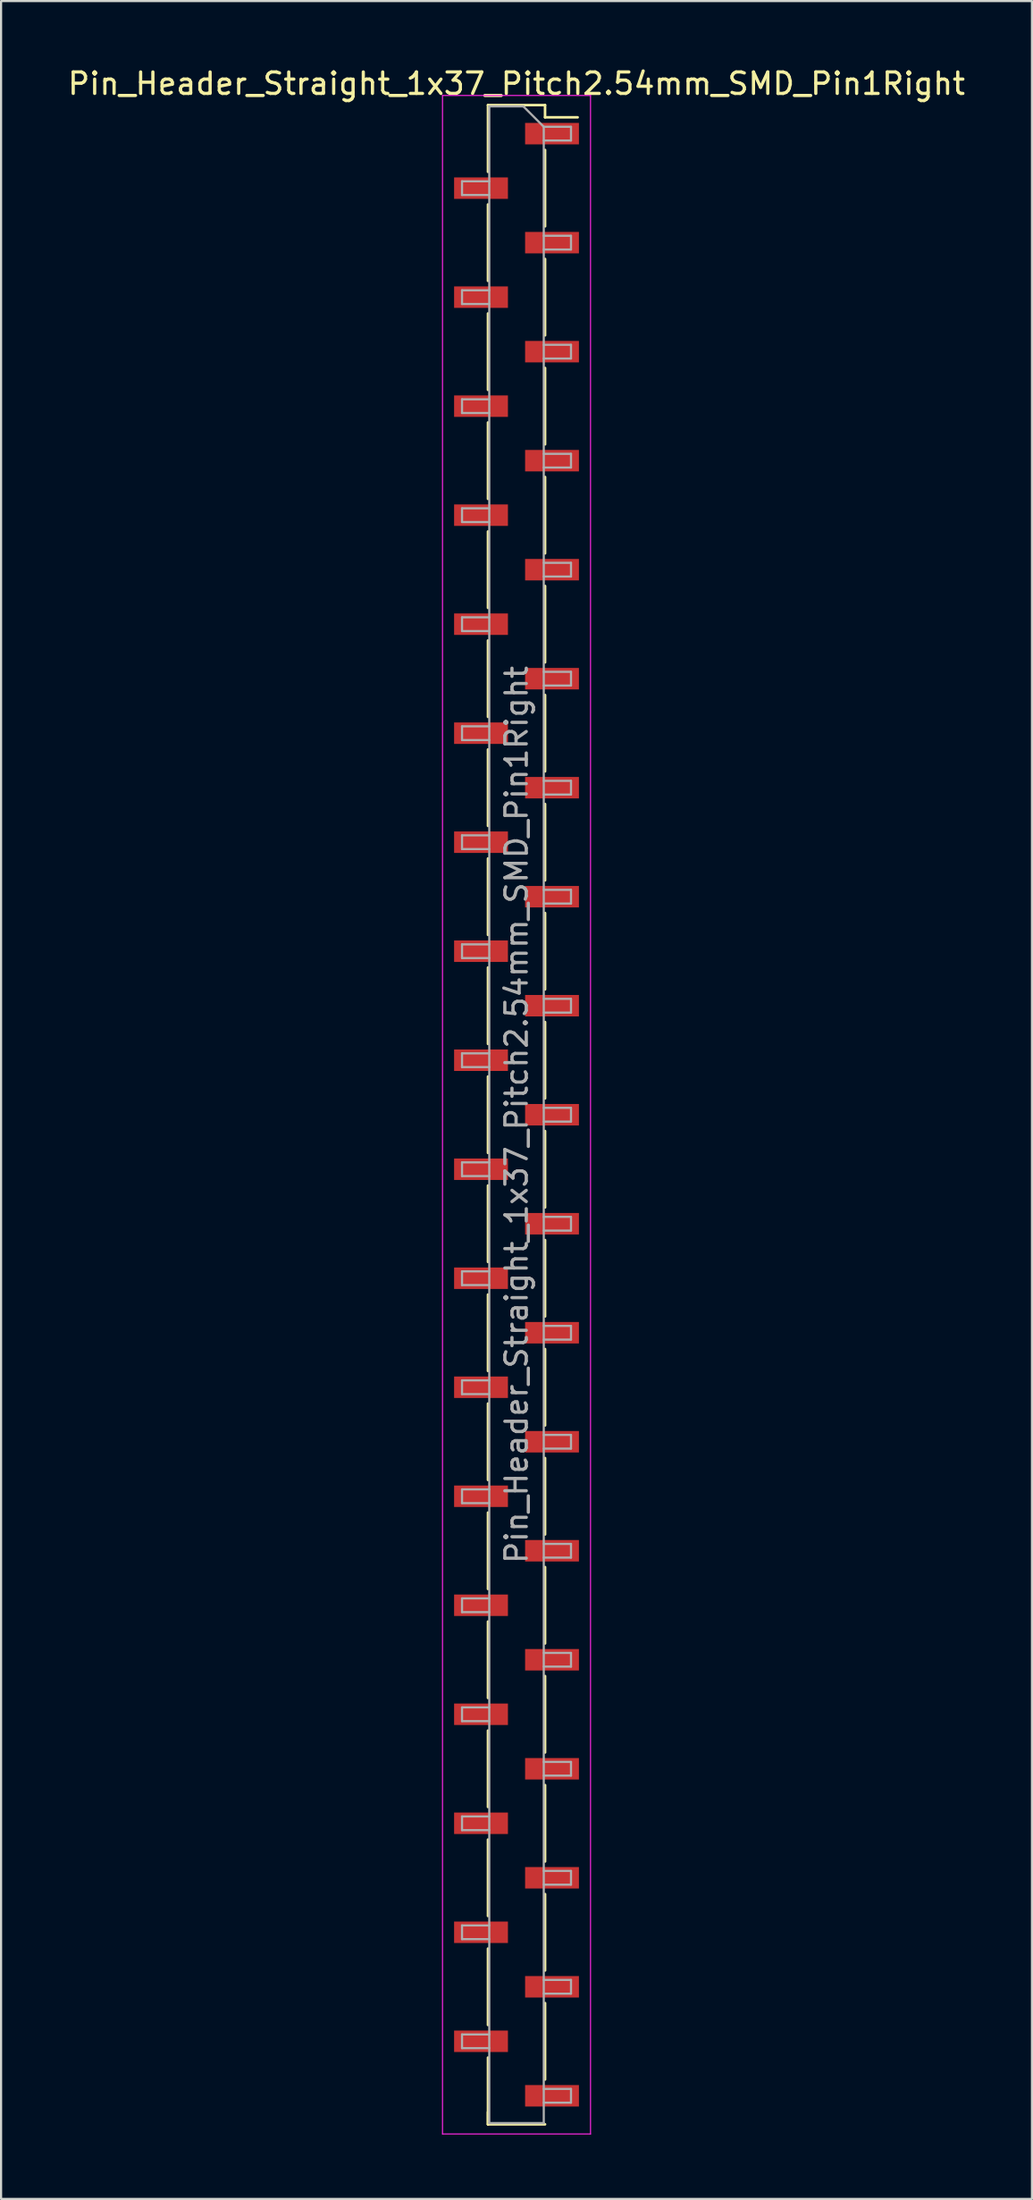
<source format=kicad_pcb>
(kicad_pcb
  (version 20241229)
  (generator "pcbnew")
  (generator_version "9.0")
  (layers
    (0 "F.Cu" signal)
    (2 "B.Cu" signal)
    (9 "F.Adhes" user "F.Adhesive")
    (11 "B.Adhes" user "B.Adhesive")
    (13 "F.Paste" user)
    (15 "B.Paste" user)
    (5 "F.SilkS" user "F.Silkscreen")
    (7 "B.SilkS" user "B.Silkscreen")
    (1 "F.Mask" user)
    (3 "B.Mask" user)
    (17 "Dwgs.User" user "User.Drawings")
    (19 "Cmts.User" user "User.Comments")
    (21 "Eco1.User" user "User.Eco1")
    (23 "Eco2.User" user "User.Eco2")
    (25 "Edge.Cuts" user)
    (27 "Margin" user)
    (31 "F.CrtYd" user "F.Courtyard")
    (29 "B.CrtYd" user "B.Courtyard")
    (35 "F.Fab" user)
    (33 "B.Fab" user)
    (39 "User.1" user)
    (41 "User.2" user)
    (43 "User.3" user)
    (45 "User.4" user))
  (footprint "Pin_Header_Straight_1x37_Pitch2.54mm_SMD_Pin1Right"
    (layer "F.Cu")
    (at 21.03 48.898)
    (property "Reference" "Pin_Header_Straight_1x37_Pitch2.54mm_SMD_Pin1Right" (at 0 -48.05 0) (layer "F.SilkS") (effects (font (size 1 1) (thickness 0.15))))
    (attr smd)
    (fp_line (start -1.33 -47.05) (end -1.33 -43.94) (stroke (width 0.12) (type solid)) (layer "F.SilkS"))
    (fp_line (start -1.33 -47.05) (end 1.33 -47.05) (stroke (width 0.12) (type solid)) (layer "F.SilkS"))
    (fp_line (start -1.33 -42.42) (end -1.33 -38.86) (stroke (width 0.12) (type solid)) (layer "F.SilkS"))
    (fp_line (start -1.33 -37.34) (end -1.33 -33.78) (stroke (width 0.12) (type solid)) (layer "F.SilkS"))
    (fp_line (start -1.33 -32.26) (end -1.33 -28.7) (stroke (width 0.12) (type solid)) (layer "F.SilkS"))
    (fp_line (start -1.33 -27.18) (end -1.33 -23.62) (stroke (width 0.12) (type solid)) (layer "F.SilkS"))
    (fp_line (start -1.33 -22.1) (end -1.33 -18.54) (stroke (width 0.12) (type solid)) (layer "F.SilkS"))
    (fp_line (start -1.33 -17.02) (end -1.33 -13.46) (stroke (width 0.12) (type solid)) (layer "F.SilkS"))
    (fp_line (start -1.33 -11.94) (end -1.33 -8.38) (stroke (width 0.12) (type solid)) (layer "F.SilkS"))
    (fp_line (start -1.33 -6.86) (end -1.33 -3.3) (stroke (width 0.12) (type solid)) (layer "F.SilkS"))
    (fp_line (start -1.33 -1.78) (end -1.33 1.78) (stroke (width 0.12) (type solid)) (layer "F.SilkS"))
    (fp_line (start -1.33 3.3) (end -1.33 6.86) (stroke (width 0.12) (type solid)) (layer "F.SilkS"))
    (fp_line (start -1.33 8.38) (end -1.33 11.94) (stroke (width 0.12) (type solid)) (layer "F.SilkS"))
    (fp_line (start -1.33 13.46) (end -1.33 17.02) (stroke (width 0.12) (type solid)) (layer "F.SilkS"))
    (fp_line (start -1.33 18.54) (end -1.33 22.1) (stroke (width 0.12) (type solid)) (layer "F.SilkS"))
    (fp_line (start -1.33 23.62) (end -1.33 27.18) (stroke (width 0.12) (type solid)) (layer "F.SilkS"))
    (fp_line (start -1.33 28.7) (end -1.33 32.26) (stroke (width 0.12) (type solid)) (layer "F.SilkS"))
    (fp_line (start -1.33 33.78) (end -1.33 37.34) (stroke (width 0.12) (type solid)) (layer "F.SilkS"))
    (fp_line (start -1.33 38.86) (end -1.33 42.42) (stroke (width 0.12) (type solid)) (layer "F.SilkS"))
    (fp_line (start -1.33 43.94) (end -1.33 47.05) (stroke (width 0.12) (type solid)) (layer "F.SilkS"))
    (fp_line (start -1.33 46.48) (end -1.33 47.05) (stroke (width 0.12) (type solid)) (layer "F.SilkS"))
    (fp_line (start -1.33 47.05) (end 1.33 47.05) (stroke (width 0.12) (type solid)) (layer "F.SilkS"))
    (fp_line (start 1.33 -47.05) (end 1.33 -46.48) (stroke (width 0.12) (type solid)) (layer "F.SilkS"))
    (fp_line (start 1.33 -46.48) (end 2.85 -46.48) (stroke (width 0.12) (type solid)) (layer "F.SilkS"))
    (fp_line (start 1.33 -44.96) (end 1.33 -41.4) (stroke (width 0.12) (type solid)) (layer "F.SilkS"))
    (fp_line (start 1.33 -39.88) (end 1.33 -36.32) (stroke (width 0.12) (type solid)) (layer "F.SilkS"))
    (fp_line (start 1.33 -34.8) (end 1.33 -31.24) (stroke (width 0.12) (type solid)) (layer "F.SilkS"))
    (fp_line (start 1.33 -29.72) (end 1.33 -26.16) (stroke (width 0.12) (type solid)) (layer "F.SilkS"))
    (fp_line (start 1.33 -24.64) (end 1.33 -21.08) (stroke (width 0.12) (type solid)) (layer "F.SilkS"))
    (fp_line (start 1.33 -19.56) (end 1.33 -16) (stroke (width 0.12) (type solid)) (layer "F.SilkS"))
    (fp_line (start 1.33 -14.48) (end 1.33 -10.92) (stroke (width 0.12) (type solid)) (layer "F.SilkS"))
    (fp_line (start 1.33 -9.4) (end 1.33 -5.84) (stroke (width 0.12) (type solid)) (layer "F.SilkS"))
    (fp_line (start 1.33 -4.32) (end 1.33 -0.76) (stroke (width 0.12) (type solid)) (layer "F.SilkS"))
    (fp_line (start 1.33 0.76) (end 1.33 4.32) (stroke (width 0.12) (type solid)) (layer "F.SilkS"))
    (fp_line (start 1.33 5.84) (end 1.33 9.4) (stroke (width 0.12) (type solid)) (layer "F.SilkS"))
    (fp_line (start 1.33 10.92) (end 1.33 14.48) (stroke (width 0.12) (type solid)) (layer "F.SilkS"))
    (fp_line (start 1.33 16) (end 1.33 19.56) (stroke (width 0.12) (type solid)) (layer "F.SilkS"))
    (fp_line (start 1.33 21.08) (end 1.33 24.64) (stroke (width 0.12) (type solid)) (layer "F.SilkS"))
    (fp_line (start 1.33 26.16) (end 1.33 29.72) (stroke (width 0.12) (type solid)) (layer "F.SilkS"))
    (fp_line (start 1.33 31.24) (end 1.33 34.8) (stroke (width 0.12) (type solid)) (layer "F.SilkS"))
    (fp_line (start 1.33 36.32) (end 1.33 39.88) (stroke (width 0.12) (type solid)) (layer "F.SilkS"))
    (fp_line (start 1.33 41.4) (end 1.33 44.96) (stroke (width 0.12) (type solid)) (layer "F.SilkS"))
    (fp_line (start -3.45 -47.5) (end -3.45 47.5) (stroke (width 0.05) (type solid)) (layer "F.CrtYd"))
    (fp_line (start -3.45 47.5) (end 3.45 47.5) (stroke (width 0.05) (type solid)) (layer "F.CrtYd"))
    (fp_line (start 3.45 -47.5) (end -3.45 -47.5) (stroke (width 0.05) (type solid)) (layer "F.CrtYd"))
    (fp_line (start 3.45 47.5) (end 3.45 -47.5) (stroke (width 0.05) (type solid)) (layer "F.CrtYd"))
    (fp_line (start -2.54 -43.5) (end -2.54 -42.86) (stroke (width 0.1) (type solid)) (layer "F.Fab"))
    (fp_line (start -2.54 -42.86) (end -1.27 -42.86) (stroke (width 0.1) (type solid)) (layer "F.Fab"))
    (fp_line (start -2.54 -38.42) (end -2.54 -37.78) (stroke (width 0.1) (type solid)) (layer "F.Fab"))
    (fp_line (start -2.54 -37.78) (end -1.27 -37.78) (stroke (width 0.1) (type solid)) (layer "F.Fab"))
    (fp_line (start -2.54 -33.34) (end -2.54 -32.7) (stroke (width 0.1) (type solid)) (layer "F.Fab"))
    (fp_line (start -2.54 -32.7) (end -1.27 -32.7) (stroke (width 0.1) (type solid)) (layer "F.Fab"))
    (fp_line (start -2.54 -28.26) (end -2.54 -27.62) (stroke (width 0.1) (type solid)) (layer "F.Fab"))
    (fp_line (start -2.54 -27.62) (end -1.27 -27.62) (stroke (width 0.1) (type solid)) (layer "F.Fab"))
    (fp_line (start -2.54 -23.18) (end -2.54 -22.54) (stroke (width 0.1) (type solid)) (layer "F.Fab"))
    (fp_line (start -2.54 -22.54) (end -1.27 -22.54) (stroke (width 0.1) (type solid)) (layer "F.Fab"))
    (fp_line (start -2.54 -18.1) (end -2.54 -17.46) (stroke (width 0.1) (type solid)) (layer "F.Fab"))
    (fp_line (start -2.54 -17.46) (end -1.27 -17.46) (stroke (width 0.1) (type solid)) (layer "F.Fab"))
    (fp_line (start -2.54 -13.02) (end -2.54 -12.38) (stroke (width 0.1) (type solid)) (layer "F.Fab"))
    (fp_line (start -2.54 -12.38) (end -1.27 -12.38) (stroke (width 0.1) (type solid)) (layer "F.Fab"))
    (fp_line (start -2.54 -7.94) (end -2.54 -7.3) (stroke (width 0.1) (type solid)) (layer "F.Fab"))
    (fp_line (start -2.54 -7.3) (end -1.27 -7.3) (stroke (width 0.1) (type solid)) (layer "F.Fab"))
    (fp_line (start -2.54 -2.86) (end -2.54 -2.22) (stroke (width 0.1) (type solid)) (layer "F.Fab"))
    (fp_line (start -2.54 -2.22) (end -1.27 -2.22) (stroke (width 0.1) (type solid)) (layer "F.Fab"))
    (fp_line (start -2.54 2.22) (end -2.54 2.86) (stroke (width 0.1) (type solid)) (layer "F.Fab"))
    (fp_line (start -2.54 2.86) (end -1.27 2.86) (stroke (width 0.1) (type solid)) (layer "F.Fab"))
    (fp_line (start -2.54 7.3) (end -2.54 7.94) (stroke (width 0.1) (type solid)) (layer "F.Fab"))
    (fp_line (start -2.54 7.94) (end -1.27 7.94) (stroke (width 0.1) (type solid)) (layer "F.Fab"))
    (fp_line (start -2.54 12.38) (end -2.54 13.02) (stroke (width 0.1) (type solid)) (layer "F.Fab"))
    (fp_line (start -2.54 13.02) (end -1.27 13.02) (stroke (width 0.1) (type solid)) (layer "F.Fab"))
    (fp_line (start -2.54 17.46) (end -2.54 18.1) (stroke (width 0.1) (type solid)) (layer "F.Fab"))
    (fp_line (start -2.54 18.1) (end -1.27 18.1) (stroke (width 0.1) (type solid)) (layer "F.Fab"))
    (fp_line (start -2.54 22.54) (end -2.54 23.18) (stroke (width 0.1) (type solid)) (layer "F.Fab"))
    (fp_line (start -2.54 23.18) (end -1.27 23.18) (stroke (width 0.1) (type solid)) (layer "F.Fab"))
    (fp_line (start -2.54 27.62) (end -2.54 28.26) (stroke (width 0.1) (type solid)) (layer "F.Fab"))
    (fp_line (start -2.54 28.26) (end -1.27 28.26) (stroke (width 0.1) (type solid)) (layer "F.Fab"))
    (fp_line (start -2.54 32.7) (end -2.54 33.34) (stroke (width 0.1) (type solid)) (layer "F.Fab"))
    (fp_line (start -2.54 33.34) (end -1.27 33.34) (stroke (width 0.1) (type solid)) (layer "F.Fab"))
    (fp_line (start -2.54 37.78) (end -2.54 38.42) (stroke (width 0.1) (type solid)) (layer "F.Fab"))
    (fp_line (start -2.54 38.42) (end -1.27 38.42) (stroke (width 0.1) (type solid)) (layer "F.Fab"))
    (fp_line (start -2.54 42.86) (end -2.54 43.5) (stroke (width 0.1) (type solid)) (layer "F.Fab"))
    (fp_line (start -2.54 43.5) (end -1.27 43.5) (stroke (width 0.1) (type solid)) (layer "F.Fab"))
    (fp_line (start -1.27 -46.99) (end -1.27 46.99) (stroke (width 0.1) (type solid)) (layer "F.Fab"))
    (fp_line (start -1.27 -46.99) (end 0.32 -46.99) (stroke (width 0.1) (type solid)) (layer "F.Fab"))
    (fp_line (start -1.27 -43.5) (end -2.54 -43.5) (stroke (width 0.1) (type solid)) (layer "F.Fab"))
    (fp_line (start -1.27 -38.42) (end -2.54 -38.42) (stroke (width 0.1) (type solid)) (layer "F.Fab"))
    (fp_line (start -1.27 -33.34) (end -2.54 -33.34) (stroke (width 0.1) (type solid)) (layer "F.Fab"))
    (fp_line (start -1.27 -28.26) (end -2.54 -28.26) (stroke (width 0.1) (type solid)) (layer "F.Fab"))
    (fp_line (start -1.27 -23.18) (end -2.54 -23.18) (stroke (width 0.1) (type solid)) (layer "F.Fab"))
    (fp_line (start -1.27 -18.1) (end -2.54 -18.1) (stroke (width 0.1) (type solid)) (layer "F.Fab"))
    (fp_line (start -1.27 -13.02) (end -2.54 -13.02) (stroke (width 0.1) (type solid)) (layer "F.Fab"))
    (fp_line (start -1.27 -7.94) (end -2.54 -7.94) (stroke (width 0.1) (type solid)) (layer "F.Fab"))
    (fp_line (start -1.27 -2.86) (end -2.54 -2.86) (stroke (width 0.1) (type solid)) (layer "F.Fab"))
    (fp_line (start -1.27 2.22) (end -2.54 2.22) (stroke (width 0.1) (type solid)) (layer "F.Fab"))
    (fp_line (start -1.27 7.3) (end -2.54 7.3) (stroke (width 0.1) (type solid)) (layer "F.Fab"))
    (fp_line (start -1.27 12.38) (end -2.54 12.38) (stroke (width 0.1) (type solid)) (layer "F.Fab"))
    (fp_line (start -1.27 17.46) (end -2.54 17.46) (stroke (width 0.1) (type solid)) (layer "F.Fab"))
    (fp_line (start -1.27 22.54) (end -2.54 22.54) (stroke (width 0.1) (type solid)) (layer "F.Fab"))
    (fp_line (start -1.27 27.62) (end -2.54 27.62) (stroke (width 0.1) (type solid)) (layer "F.Fab"))
    (fp_line (start -1.27 32.7) (end -2.54 32.7) (stroke (width 0.1) (type solid)) (layer "F.Fab"))
    (fp_line (start -1.27 37.78) (end -2.54 37.78) (stroke (width 0.1) (type solid)) (layer "F.Fab"))
    (fp_line (start -1.27 42.86) (end -2.54 42.86) (stroke (width 0.1) (type solid)) (layer "F.Fab"))
    (fp_line (start 1.27 -46.04) (end 0.32 -46.99) (stroke (width 0.1) (type solid)) (layer "F.Fab"))
    (fp_line (start 1.27 -46.04) (end 2.54 -46.04) (stroke (width 0.1) (type solid)) (layer "F.Fab"))
    (fp_line (start 1.27 -40.96) (end 2.54 -40.96) (stroke (width 0.1) (type solid)) (layer "F.Fab"))
    (fp_line (start 1.27 -35.88) (end 2.54 -35.88) (stroke (width 0.1) (type solid)) (layer "F.Fab"))
    (fp_line (start 1.27 -30.8) (end 2.54 -30.8) (stroke (width 0.1) (type solid)) (layer "F.Fab"))
    (fp_line (start 1.27 -25.72) (end 2.54 -25.72) (stroke (width 0.1) (type solid)) (layer "F.Fab"))
    (fp_line (start 1.27 -20.64) (end 2.54 -20.64) (stroke (width 0.1) (type solid)) (layer "F.Fab"))
    (fp_line (start 1.27 -15.56) (end 2.54 -15.56) (stroke (width 0.1) (type solid)) (layer "F.Fab"))
    (fp_line (start 1.27 -10.48) (end 2.54 -10.48) (stroke (width 0.1) (type solid)) (layer "F.Fab"))
    (fp_line (start 1.27 -5.4) (end 2.54 -5.4) (stroke (width 0.1) (type solid)) (layer "F.Fab"))
    (fp_line (start 1.27 -0.32) (end 2.54 -0.32) (stroke (width 0.1) (type solid)) (layer "F.Fab"))
    (fp_line (start 1.27 4.76) (end 2.54 4.76) (stroke (width 0.1) (type solid)) (layer "F.Fab"))
    (fp_line (start 1.27 9.84) (end 2.54 9.84) (stroke (width 0.1) (type solid)) (layer "F.Fab"))
    (fp_line (start 1.27 14.92) (end 2.54 14.92) (stroke (width 0.1) (type solid)) (layer "F.Fab"))
    (fp_line (start 1.27 20) (end 2.54 20) (stroke (width 0.1) (type solid)) (layer "F.Fab"))
    (fp_line (start 1.27 25.08) (end 2.54 25.08) (stroke (width 0.1) (type solid)) (layer "F.Fab"))
    (fp_line (start 1.27 30.16) (end 2.54 30.16) (stroke (width 0.1) (type solid)) (layer "F.Fab"))
    (fp_line (start 1.27 35.24) (end 2.54 35.24) (stroke (width 0.1) (type solid)) (layer "F.Fab"))
    (fp_line (start 1.27 40.32) (end 2.54 40.32) (stroke (width 0.1) (type solid)) (layer "F.Fab"))
    (fp_line (start 1.27 45.4) (end 2.54 45.4) (stroke (width 0.1) (type solid)) (layer "F.Fab"))
    (fp_line (start 1.27 46.99) (end -1.27 46.99) (stroke (width 0.1) (type solid)) (layer "F.Fab"))
    (fp_line (start 1.27 46.99) (end 1.27 -46.04) (stroke (width 0.1) (type solid)) (layer "F.Fab"))
    (fp_line (start 2.54 -46.04) (end 2.54 -45.4) (stroke (width 0.1) (type solid)) (layer "F.Fab"))
    (fp_line (start 2.54 -45.4) (end 1.27 -45.4) (stroke (width 0.1) (type solid)) (layer "F.Fab"))
    (fp_line (start 2.54 -40.96) (end 2.54 -40.32) (stroke (width 0.1) (type solid)) (layer "F.Fab"))
    (fp_line (start 2.54 -40.32) (end 1.27 -40.32) (stroke (width 0.1) (type solid)) (layer "F.Fab"))
    (fp_line (start 2.54 -35.88) (end 2.54 -35.24) (stroke (width 0.1) (type solid)) (layer "F.Fab"))
    (fp_line (start 2.54 -35.24) (end 1.27 -35.24) (stroke (width 0.1) (type solid)) (layer "F.Fab"))
    (fp_line (start 2.54 -30.8) (end 2.54 -30.16) (stroke (width 0.1) (type solid)) (layer "F.Fab"))
    (fp_line (start 2.54 -30.16) (end 1.27 -30.16) (stroke (width 0.1) (type solid)) (layer "F.Fab"))
    (fp_line (start 2.54 -25.72) (end 2.54 -25.08) (stroke (width 0.1) (type solid)) (layer "F.Fab"))
    (fp_line (start 2.54 -25.08) (end 1.27 -25.08) (stroke (width 0.1) (type solid)) (layer "F.Fab"))
    (fp_line (start 2.54 -20.64) (end 2.54 -20) (stroke (width 0.1) (type solid)) (layer "F.Fab"))
    (fp_line (start 2.54 -20) (end 1.27 -20) (stroke (width 0.1) (type solid)) (layer "F.Fab"))
    (fp_line (start 2.54 -15.56) (end 2.54 -14.92) (stroke (width 0.1) (type solid)) (layer "F.Fab"))
    (fp_line (start 2.54 -14.92) (end 1.27 -14.92) (stroke (width 0.1) (type solid)) (layer "F.Fab"))
    (fp_line (start 2.54 -10.48) (end 2.54 -9.84) (stroke (width 0.1) (type solid)) (layer "F.Fab"))
    (fp_line (start 2.54 -9.84) (end 1.27 -9.84) (stroke (width 0.1) (type solid)) (layer "F.Fab"))
    (fp_line (start 2.54 -5.4) (end 2.54 -4.76) (stroke (width 0.1) (type solid)) (layer "F.Fab"))
    (fp_line (start 2.54 -4.76) (end 1.27 -4.76) (stroke (width 0.1) (type solid)) (layer "F.Fab"))
    (fp_line (start 2.54 -0.32) (end 2.54 0.32) (stroke (width 0.1) (type solid)) (layer "F.Fab"))
    (fp_line (start 2.54 0.32) (end 1.27 0.32) (stroke (width 0.1) (type solid)) (layer "F.Fab"))
    (fp_line (start 2.54 4.76) (end 2.54 5.4) (stroke (width 0.1) (type solid)) (layer "F.Fab"))
    (fp_line (start 2.54 5.4) (end 1.27 5.4) (stroke (width 0.1) (type solid)) (layer "F.Fab"))
    (fp_line (start 2.54 9.84) (end 2.54 10.48) (stroke (width 0.1) (type solid)) (layer "F.Fab"))
    (fp_line (start 2.54 10.48) (end 1.27 10.48) (stroke (width 0.1) (type solid)) (layer "F.Fab"))
    (fp_line (start 2.54 14.92) (end 2.54 15.56) (stroke (width 0.1) (type solid)) (layer "F.Fab"))
    (fp_line (start 2.54 15.56) (end 1.27 15.56) (stroke (width 0.1) (type solid)) (layer "F.Fab"))
    (fp_line (start 2.54 20) (end 2.54 20.64) (stroke (width 0.1) (type solid)) (layer "F.Fab"))
    (fp_line (start 2.54 20.64) (end 1.27 20.64) (stroke (width 0.1) (type solid)) (layer "F.Fab"))
    (fp_line (start 2.54 25.08) (end 2.54 25.72) (stroke (width 0.1) (type solid)) (layer "F.Fab"))
    (fp_line (start 2.54 25.72) (end 1.27 25.72) (stroke (width 0.1) (type solid)) (layer "F.Fab"))
    (fp_line (start 2.54 30.16) (end 2.54 30.8) (stroke (width 0.1) (type solid)) (layer "F.Fab"))
    (fp_line (start 2.54 30.8) (end 1.27 30.8) (stroke (width 0.1) (type solid)) (layer "F.Fab"))
    (fp_line (start 2.54 35.24) (end 2.54 35.88) (stroke (width 0.1) (type solid)) (layer "F.Fab"))
    (fp_line (start 2.54 35.88) (end 1.27 35.88) (stroke (width 0.1) (type solid)) (layer "F.Fab"))
    (fp_line (start 2.54 40.32) (end 2.54 40.96) (stroke (width 0.1) (type solid)) (layer "F.Fab"))
    (fp_line (start 2.54 40.96) (end 1.27 40.96) (stroke (width 0.1) (type solid)) (layer "F.Fab"))
    (fp_line (start 2.54 45.4) (end 2.54 46.04) (stroke (width 0.1) (type solid)) (layer "F.Fab"))
    (fp_line (start 2.54 46.04) (end 1.27 46.04) (stroke (width 0.1) (type solid)) (layer "F.Fab"))
    (fp_text user "${REFERENCE}" (at 0 0 90) (layer "F.Fab") (effects (font (size 1 1) (thickness 0.15))))
    (pad "1" smd rect (at 1.655 -45.72) (size 2.51 1) (layers "F.Cu" "F.Mask" "F.Paste"))
    (pad "2" smd rect (at -1.655 -43.18) (size 2.51 1) (layers "F.Cu" "F.Mask" "F.Paste"))
    (pad "3" smd rect (at 1.655 -40.64) (size 2.51 1) (layers "F.Cu" "F.Mask" "F.Paste"))
    (pad "4" smd rect (at -1.655 -38.1) (size 2.51 1) (layers "F.Cu" "F.Mask" "F.Paste"))
    (pad "5" smd rect (at 1.655 -35.56) (size 2.51 1) (layers "F.Cu" "F.Mask" "F.Paste"))
    (pad "6" smd rect (at -1.655 -33.02) (size 2.51 1) (layers "F.Cu" "F.Mask" "F.Paste"))
    (pad "7" smd rect (at 1.655 -30.48) (size 2.51 1) (layers "F.Cu" "F.Mask" "F.Paste"))
    (pad "8" smd rect (at -1.655 -27.94) (size 2.51 1) (layers "F.Cu" "F.Mask" "F.Paste"))
    (pad "9" smd rect (at 1.655 -25.4) (size 2.51 1) (layers "F.Cu" "F.Mask" "F.Paste"))
    (pad "10" smd rect (at -1.655 -22.86) (size 2.51 1) (layers "F.Cu" "F.Mask" "F.Paste"))
    (pad "11" smd rect (at 1.655 -20.32) (size 2.51 1) (layers "F.Cu" "F.Mask" "F.Paste"))
    (pad "12" smd rect (at -1.655 -17.78) (size 2.51 1) (layers "F.Cu" "F.Mask" "F.Paste"))
    (pad "13" smd rect (at 1.655 -15.24) (size 2.51 1) (layers "F.Cu" "F.Mask" "F.Paste"))
    (pad "14" smd rect (at -1.655 -12.7) (size 2.51 1) (layers "F.Cu" "F.Mask" "F.Paste"))
    (pad "15" smd rect (at 1.655 -10.16) (size 2.51 1) (layers "F.Cu" "F.Mask" "F.Paste"))
    (pad "16" smd rect (at -1.655 -7.62) (size 2.51 1) (layers "F.Cu" "F.Mask" "F.Paste"))
    (pad "17" smd rect (at 1.655 -5.08) (size 2.51 1) (layers "F.Cu" "F.Mask" "F.Paste"))
    (pad "18" smd rect (at -1.655 -2.54) (size 2.51 1) (layers "F.Cu" "F.Mask" "F.Paste"))
    (pad "19" smd rect (at 1.655 0) (size 2.51 1) (layers "F.Cu" "F.Mask" "F.Paste"))
    (pad "20" smd rect (at -1.655 2.54) (size 2.51 1) (layers "F.Cu" "F.Mask" "F.Paste"))
    (pad "21" smd rect (at 1.655 5.08) (size 2.51 1) (layers "F.Cu" "F.Mask" "F.Paste"))
    (pad "22" smd rect (at -1.655 7.62) (size 2.51 1) (layers "F.Cu" "F.Mask" "F.Paste"))
    (pad "23" smd rect (at 1.655 10.16) (size 2.51 1) (layers "F.Cu" "F.Mask" "F.Paste"))
    (pad "24" smd rect (at -1.655 12.7) (size 2.51 1) (layers "F.Cu" "F.Mask" "F.Paste"))
    (pad "25" smd rect (at 1.655 15.24) (size 2.51 1) (layers "F.Cu" "F.Mask" "F.Paste"))
    (pad "26" smd rect (at -1.655 17.78) (size 2.51 1) (layers "F.Cu" "F.Mask" "F.Paste"))
    (pad "27" smd rect (at 1.655 20.32) (size 2.51 1) (layers "F.Cu" "F.Mask" "F.Paste"))
    (pad "28" smd rect (at -1.655 22.86) (size 2.51 1) (layers "F.Cu" "F.Mask" "F.Paste"))
    (pad "29" smd rect (at 1.655 25.4) (size 2.51 1) (layers "F.Cu" "F.Mask" "F.Paste"))
    (pad "30" smd rect (at -1.655 27.94) (size 2.51 1) (layers "F.Cu" "F.Mask" "F.Paste"))
    (pad "31" smd rect (at 1.655 30.48) (size 2.51 1) (layers "F.Cu" "F.Mask" "F.Paste"))
    (pad "32" smd rect (at -1.655 33.02) (size 2.51 1) (layers "F.Cu" "F.Mask" "F.Paste"))
    (pad "33" smd rect (at 1.655 35.56) (size 2.51 1) (layers "F.Cu" "F.Mask" "F.Paste"))
    (pad "34" smd rect (at -1.655 38.1) (size 2.51 1) (layers "F.Cu" "F.Mask" "F.Paste"))
    (pad "35" smd rect (at 1.655 40.64) (size 2.51 1) (layers "F.Cu" "F.Mask" "F.Paste"))
    (pad "36" smd rect (at -1.655 43.18) (size 2.51 1) (layers "F.Cu" "F.Mask" "F.Paste"))
    (pad "37" smd rect (at 1.655 45.72) (size 2.51 1) (layers "F.Cu" "F.Mask" "F.Paste")))
  (gr_rect
    (start -3 -3)
    (end 45.06 99.423)
    (stroke (width 0.1) (type default))
    (fill no)
    (layer "Edge.Cuts")))
</source>
